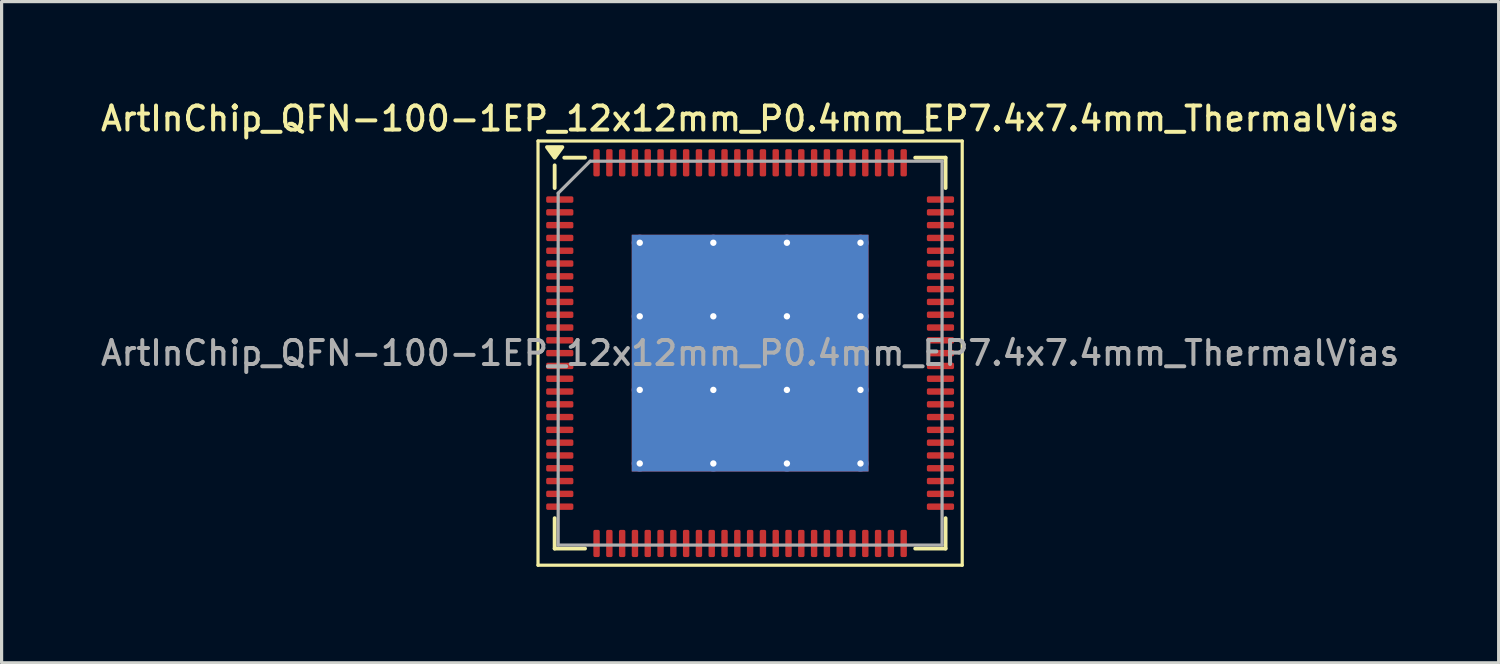
<source format=kicad_pcb>
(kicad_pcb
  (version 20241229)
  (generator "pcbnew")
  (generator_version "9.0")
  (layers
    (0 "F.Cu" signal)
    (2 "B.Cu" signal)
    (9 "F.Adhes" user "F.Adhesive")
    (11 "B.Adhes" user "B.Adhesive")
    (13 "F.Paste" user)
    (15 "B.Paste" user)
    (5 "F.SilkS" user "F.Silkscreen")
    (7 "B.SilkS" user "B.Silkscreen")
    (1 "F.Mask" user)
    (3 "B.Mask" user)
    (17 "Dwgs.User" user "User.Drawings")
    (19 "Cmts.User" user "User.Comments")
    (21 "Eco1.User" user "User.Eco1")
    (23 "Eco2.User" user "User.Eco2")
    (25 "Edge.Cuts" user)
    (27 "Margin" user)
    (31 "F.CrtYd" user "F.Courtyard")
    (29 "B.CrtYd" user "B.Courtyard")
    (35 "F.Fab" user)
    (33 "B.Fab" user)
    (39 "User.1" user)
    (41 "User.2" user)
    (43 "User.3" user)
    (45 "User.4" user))
  (footprint "ArtInChip_QFN-100-1EP_12x12mm_P0.4mm_EP7.4x7.4mm_ThermalVias"
    (layer "F.Cu")
    (at 20.398 7.988)
    (property "Reference" "ArtInChip_QFN-100-1EP_12x12mm_P0.4mm_EP7.4x7.4mm_ThermalVias" (at 0 -7.33 0) (layer "F.SilkS") (effects (font (size 0.75 0.75) (thickness 0.125))))
    (attr smd)
    (fp_line (start -6.63 -6.63) (end -6.63 6.63) (stroke (width 0.1) (type solid)) (layer "F.SilkS"))
    (fp_line (start -6.63 6.63) (end 6.63 6.63) (stroke (width 0.1) (type solid)) (layer "F.SilkS"))
    (fp_line (start -6.11 -5.16) (end -6.11 -5.87) (stroke (width 0.12) (type solid)) (layer "F.SilkS"))
    (fp_line (start -6.11 6.11) (end -6.11 5.16) (stroke (width 0.12) (type solid)) (layer "F.SilkS"))
    (fp_line (start -5.16 -6.11) (end -5.81 -6.11) (stroke (width 0.12) (type solid)) (layer "F.SilkS"))
    (fp_line (start -5.16 6.11) (end -6.11 6.11) (stroke (width 0.12) (type solid)) (layer "F.SilkS"))
    (fp_line (start 5.16 -6.11) (end 6.11 -6.11) (stroke (width 0.12) (type solid)) (layer "F.SilkS"))
    (fp_line (start 5.16 6.11) (end 6.11 6.11) (stroke (width 0.12) (type solid)) (layer "F.SilkS"))
    (fp_line (start 6.11 -6.11) (end 6.11 -5.16) (stroke (width 0.12) (type solid)) (layer "F.SilkS"))
    (fp_line (start 6.11 6.11) (end 6.11 5.16) (stroke (width 0.12) (type solid)) (layer "F.SilkS"))
    (fp_line (start 6.63 -6.63) (end -6.63 -6.63) (stroke (width 0.1) (type solid)) (layer "F.SilkS"))
    (fp_line (start 6.63 6.63) (end 6.63 -6.63) (stroke (width 0.1) (type solid)) (layer "F.SilkS"))
    (fp_poly (pts (xy -6.11 -6.11) (xy -6.35 -6.44) (xy -5.87 -6.44) (xy -6.11 -6.11)) (stroke (width 0.12) (type solid)) (fill yes) (layer "F.SilkS"))
    (fp_line (start -6 -5) (end -5 -6) (stroke (width 0.1) (type solid)) (layer "F.Fab"))
    (fp_line (start -6 6) (end -6 -5) (stroke (width 0.1) (type solid)) (layer "F.Fab"))
    (fp_line (start -5 -6) (end 6 -6) (stroke (width 0.1) (type solid)) (layer "F.Fab"))
    (fp_line (start 6 -6) (end 6 6) (stroke (width 0.1) (type solid)) (layer "F.Fab"))
    (fp_line (start 6 6) (end -6 6) (stroke (width 0.1) (type solid)) (layer "F.Fab"))
    (fp_text user "${REFERENCE}" (at 0 0 0) (layer "F.Fab") (effects (font (size 0.75 0.75) (thickness 0.125))))
    (pad "" smd roundrect (at -2.3 -2.3) (size 1.911 1.911) (layers "F.Paste") (roundrect_rratio 0.131))
    (pad "" smd roundrect (at -2.3 0) (size 1.911 1.911) (layers "F.Paste") (roundrect_rratio 0.131))
    (pad "" smd roundrect (at -2.3 2.3) (size 1.911 1.911) (layers "F.Paste") (roundrect_rratio 0.131))
    (pad "" smd roundrect (at 0 -2.3) (size 1.911 1.911) (layers "F.Paste") (roundrect_rratio 0.131))
    (pad "" smd roundrect (at 0 0) (size 1.911 1.911) (layers "F.Paste") (roundrect_rratio 0.131))
    (pad "" smd roundrect (at 0 2.3) (size 1.911 1.911) (layers "F.Paste") (roundrect_rratio 0.131))
    (pad "" smd roundrect (at 2.3 -2.3) (size 1.911 1.911) (layers "F.Paste") (roundrect_rratio 0.131))
    (pad "" smd roundrect (at 2.3 0) (size 1.911 1.911) (layers "F.Paste") (roundrect_rratio 0.131))
    (pad "" smd roundrect (at 2.3 2.3) (size 1.911 1.911) (layers "F.Paste") (roundrect_rratio 0.131))
    (pad "1" smd roundrect (at -5.95 -4.8) (size 0.85 0.2) (layers "F.Cu" "F.Mask" "F.Paste") (roundrect_rratio 0.25))
    (pad "2" smd roundrect (at -5.95 -4.4) (size 0.85 0.2) (layers "F.Cu" "F.Mask" "F.Paste") (roundrect_rratio 0.25))
    (pad "3" smd roundrect (at -5.95 -4) (size 0.85 0.2) (layers "F.Cu" "F.Mask" "F.Paste") (roundrect_rratio 0.25))
    (pad "4" smd roundrect (at -5.95 -3.6) (size 0.85 0.2) (layers "F.Cu" "F.Mask" "F.Paste") (roundrect_rratio 0.25))
    (pad "5" smd roundrect (at -5.95 -3.2) (size 0.85 0.2) (layers "F.Cu" "F.Mask" "F.Paste") (roundrect_rratio 0.25))
    (pad "6" smd roundrect (at -5.95 -2.8) (size 0.85 0.2) (layers "F.Cu" "F.Mask" "F.Paste") (roundrect_rratio 0.25))
    (pad "7" smd roundrect (at -5.95 -2.4) (size 0.85 0.2) (layers "F.Cu" "F.Mask" "F.Paste") (roundrect_rratio 0.25))
    (pad "8" smd roundrect (at -5.95 -2) (size 0.85 0.2) (layers "F.Cu" "F.Mask" "F.Paste") (roundrect_rratio 0.25))
    (pad "9" smd roundrect (at -5.95 -1.6) (size 0.85 0.2) (layers "F.Cu" "F.Mask" "F.Paste") (roundrect_rratio 0.25))
    (pad "10" smd roundrect (at -5.95 -1.2) (size 0.85 0.2) (layers "F.Cu" "F.Mask" "F.Paste") (roundrect_rratio 0.25))
    (pad "11" smd roundrect (at -5.95 -0.8) (size 0.85 0.2) (layers "F.Cu" "F.Mask" "F.Paste") (roundrect_rratio 0.25))
    (pad "12" smd roundrect (at -5.95 -0.4) (size 0.85 0.2) (layers "F.Cu" "F.Mask" "F.Paste") (roundrect_rratio 0.25))
    (pad "13" smd roundrect (at -5.95 0) (size 0.85 0.2) (layers "F.Cu" "F.Mask" "F.Paste") (roundrect_rratio 0.25))
    (pad "14" smd roundrect (at -5.95 0.4) (size 0.85 0.2) (layers "F.Cu" "F.Mask" "F.Paste") (roundrect_rratio 0.25))
    (pad "15" smd roundrect (at -5.95 0.8) (size 0.85 0.2) (layers "F.Cu" "F.Mask" "F.Paste") (roundrect_rratio 0.25))
    (pad "16" smd roundrect (at -5.95 1.2) (size 0.85 0.2) (layers "F.Cu" "F.Mask" "F.Paste") (roundrect_rratio 0.25))
    (pad "17" smd roundrect (at -5.95 1.6) (size 0.85 0.2) (layers "F.Cu" "F.Mask" "F.Paste") (roundrect_rratio 0.25))
    (pad "18" smd roundrect (at -5.95 2) (size 0.85 0.2) (layers "F.Cu" "F.Mask" "F.Paste") (roundrect_rratio 0.25))
    (pad "19" smd roundrect (at -5.95 2.4) (size 0.85 0.2) (layers "F.Cu" "F.Mask" "F.Paste") (roundrect_rratio 0.25))
    (pad "20" smd roundrect (at -5.95 2.8) (size 0.85 0.2) (layers "F.Cu" "F.Mask" "F.Paste") (roundrect_rratio 0.25))
    (pad "21" smd roundrect (at -5.95 3.2) (size 0.85 0.2) (layers "F.Cu" "F.Mask" "F.Paste") (roundrect_rratio 0.25))
    (pad "22" smd roundrect (at -5.95 3.6) (size 0.85 0.2) (layers "F.Cu" "F.Mask" "F.Paste") (roundrect_rratio 0.25))
    (pad "23" smd roundrect (at -5.95 4) (size 0.85 0.2) (layers "F.Cu" "F.Mask" "F.Paste") (roundrect_rratio 0.25))
    (pad "24" smd roundrect (at -5.95 4.4) (size 0.85 0.2) (layers "F.Cu" "F.Mask" "F.Paste") (roundrect_rratio 0.25))
    (pad "25" smd roundrect (at -5.95 4.8) (size 0.85 0.2) (layers "F.Cu" "F.Mask" "F.Paste") (roundrect_rratio 0.25))
    (pad "26" smd roundrect (at -4.8 5.95) (size 0.2 0.85) (layers "F.Cu" "F.Mask" "F.Paste") (roundrect_rratio 0.25))
    (pad "27" smd roundrect (at -4.4 5.95) (size 0.2 0.85) (layers "F.Cu" "F.Mask" "F.Paste") (roundrect_rratio 0.25))
    (pad "28" smd roundrect (at -4 5.95) (size 0.2 0.85) (layers "F.Cu" "F.Mask" "F.Paste") (roundrect_rratio 0.25))
    (pad "29" smd roundrect (at -3.6 5.95) (size 0.2 0.85) (layers "F.Cu" "F.Mask" "F.Paste") (roundrect_rratio 0.25))
    (pad "30" smd roundrect (at -3.2 5.95) (size 0.2 0.85) (layers "F.Cu" "F.Mask" "F.Paste") (roundrect_rratio 0.25))
    (pad "31" smd roundrect (at -2.8 5.95) (size 0.2 0.85) (layers "F.Cu" "F.Mask" "F.Paste") (roundrect_rratio 0.25))
    (pad "32" smd roundrect (at -2.4 5.95) (size 0.2 0.85) (layers "F.Cu" "F.Mask" "F.Paste") (roundrect_rratio 0.25))
    (pad "33" smd roundrect (at -2 5.95) (size 0.2 0.85) (layers "F.Cu" "F.Mask" "F.Paste") (roundrect_rratio 0.25))
    (pad "34" smd roundrect (at -1.6 5.95) (size 0.2 0.85) (layers "F.Cu" "F.Mask" "F.Paste") (roundrect_rratio 0.25))
    (pad "35" smd roundrect (at -1.2 5.95) (size 0.2 0.85) (layers "F.Cu" "F.Mask" "F.Paste") (roundrect_rratio 0.25))
    (pad "36" smd roundrect (at -0.8 5.95) (size 0.2 0.85) (layers "F.Cu" "F.Mask" "F.Paste") (roundrect_rratio 0.25))
    (pad "37" smd roundrect (at -0.4 5.95) (size 0.2 0.85) (layers "F.Cu" "F.Mask" "F.Paste") (roundrect_rratio 0.25))
    (pad "38" smd roundrect (at 0 5.95) (size 0.2 0.85) (layers "F.Cu" "F.Mask" "F.Paste") (roundrect_rratio 0.25))
    (pad "39" smd roundrect (at 0.4 5.95) (size 0.2 0.85) (layers "F.Cu" "F.Mask" "F.Paste") (roundrect_rratio 0.25))
    (pad "40" smd roundrect (at 0.8 5.95) (size 0.2 0.85) (layers "F.Cu" "F.Mask" "F.Paste") (roundrect_rratio 0.25))
    (pad "41" smd roundrect (at 1.2 5.95) (size 0.2 0.85) (layers "F.Cu" "F.Mask" "F.Paste") (roundrect_rratio 0.25))
    (pad "42" smd roundrect (at 1.6 5.95) (size 0.2 0.85) (layers "F.Cu" "F.Mask" "F.Paste") (roundrect_rratio 0.25))
    (pad "43" smd roundrect (at 2 5.95) (size 0.2 0.85) (layers "F.Cu" "F.Mask" "F.Paste") (roundrect_rratio 0.25))
    (pad "44" smd roundrect (at 2.4 5.95) (size 0.2 0.85) (layers "F.Cu" "F.Mask" "F.Paste") (roundrect_rratio 0.25))
    (pad "45" smd roundrect (at 2.8 5.95) (size 0.2 0.85) (layers "F.Cu" "F.Mask" "F.Paste") (roundrect_rratio 0.25))
    (pad "46" smd roundrect (at 3.2 5.95) (size 0.2 0.85) (layers "F.Cu" "F.Mask" "F.Paste") (roundrect_rratio 0.25))
    (pad "47" smd roundrect (at 3.6 5.95) (size 0.2 0.85) (layers "F.Cu" "F.Mask" "F.Paste") (roundrect_rratio 0.25))
    (pad "48" smd roundrect (at 4 5.95) (size 0.2 0.85) (layers "F.Cu" "F.Mask" "F.Paste") (roundrect_rratio 0.25))
    (pad "49" smd roundrect (at 4.4 5.95) (size 0.2 0.85) (layers "F.Cu" "F.Mask" "F.Paste") (roundrect_rratio 0.25))
    (pad "50" smd roundrect (at 4.8 5.95) (size 0.2 0.85) (layers "F.Cu" "F.Mask" "F.Paste") (roundrect_rratio 0.25))
    (pad "51" smd roundrect (at 5.95 4.8) (size 0.85 0.2) (layers "F.Cu" "F.Mask" "F.Paste") (roundrect_rratio 0.25))
    (pad "52" smd roundrect (at 5.95 4.4) (size 0.85 0.2) (layers "F.Cu" "F.Mask" "F.Paste") (roundrect_rratio 0.25))
    (pad "53" smd roundrect (at 5.95 4) (size 0.85 0.2) (layers "F.Cu" "F.Mask" "F.Paste") (roundrect_rratio 0.25))
    (pad "54" smd roundrect (at 5.95 3.6) (size 0.85 0.2) (layers "F.Cu" "F.Mask" "F.Paste") (roundrect_rratio 0.25))
    (pad "55" smd roundrect (at 5.95 3.2) (size 0.85 0.2) (layers "F.Cu" "F.Mask" "F.Paste") (roundrect_rratio 0.25))
    (pad "56" smd roundrect (at 5.95 2.8) (size 0.85 0.2) (layers "F.Cu" "F.Mask" "F.Paste") (roundrect_rratio 0.25))
    (pad "57" smd roundrect (at 5.95 2.4) (size 0.85 0.2) (layers "F.Cu" "F.Mask" "F.Paste") (roundrect_rratio 0.25))
    (pad "58" smd roundrect (at 5.95 2) (size 0.85 0.2) (layers "F.Cu" "F.Mask" "F.Paste") (roundrect_rratio 0.25))
    (pad "59" smd roundrect (at 5.95 1.6) (size 0.85 0.2) (layers "F.Cu" "F.Mask" "F.Paste") (roundrect_rratio 0.25))
    (pad "60" smd roundrect (at 5.95 1.2) (size 0.85 0.2) (layers "F.Cu" "F.Mask" "F.Paste") (roundrect_rratio 0.25))
    (pad "61" smd roundrect (at 5.95 0.8) (size 0.85 0.2) (layers "F.Cu" "F.Mask" "F.Paste") (roundrect_rratio 0.25))
    (pad "62" smd roundrect (at 5.95 0.4) (size 0.85 0.2) (layers "F.Cu" "F.Mask" "F.Paste") (roundrect_rratio 0.25))
    (pad "63" smd roundrect (at 5.95 0) (size 0.85 0.2) (layers "F.Cu" "F.Mask" "F.Paste") (roundrect_rratio 0.25))
    (pad "64" smd roundrect (at 5.95 -0.4) (size 0.85 0.2) (layers "F.Cu" "F.Mask" "F.Paste") (roundrect_rratio 0.25))
    (pad "65" smd roundrect (at 5.95 -0.8) (size 0.85 0.2) (layers "F.Cu" "F.Mask" "F.Paste") (roundrect_rratio 0.25))
    (pad "66" smd roundrect (at 5.95 -1.2) (size 0.85 0.2) (layers "F.Cu" "F.Mask" "F.Paste") (roundrect_rratio 0.25))
    (pad "67" smd roundrect (at 5.95 -1.6) (size 0.85 0.2) (layers "F.Cu" "F.Mask" "F.Paste") (roundrect_rratio 0.25))
    (pad "68" smd roundrect (at 5.95 -2) (size 0.85 0.2) (layers "F.Cu" "F.Mask" "F.Paste") (roundrect_rratio 0.25))
    (pad "69" smd roundrect (at 5.95 -2.4) (size 0.85 0.2) (layers "F.Cu" "F.Mask" "F.Paste") (roundrect_rratio 0.25))
    (pad "70" smd roundrect (at 5.95 -2.8) (size 0.85 0.2) (layers "F.Cu" "F.Mask" "F.Paste") (roundrect_rratio 0.25))
    (pad "71" smd roundrect (at 5.95 -3.2) (size 0.85 0.2) (layers "F.Cu" "F.Mask" "F.Paste") (roundrect_rratio 0.25))
    (pad "72" smd roundrect (at 5.95 -3.6) (size 0.85 0.2) (layers "F.Cu" "F.Mask" "F.Paste") (roundrect_rratio 0.25))
    (pad "73" smd roundrect (at 5.95 -4) (size 0.85 0.2) (layers "F.Cu" "F.Mask" "F.Paste") (roundrect_rratio 0.25))
    (pad "74" smd roundrect (at 5.95 -4.4) (size 0.85 0.2) (layers "F.Cu" "F.Mask" "F.Paste") (roundrect_rratio 0.25))
    (pad "75" smd roundrect (at 5.95 -4.8) (size 0.85 0.2) (layers "F.Cu" "F.Mask" "F.Paste") (roundrect_rratio 0.25))
    (pad "76" smd roundrect (at 4.8 -5.95) (size 0.2 0.85) (layers "F.Cu" "F.Mask" "F.Paste") (roundrect_rratio 0.25))
    (pad "77" smd roundrect (at 4.4 -5.95) (size 0.2 0.85) (layers "F.Cu" "F.Mask" "F.Paste") (roundrect_rratio 0.25))
    (pad "78" smd roundrect (at 4 -5.95) (size 0.2 0.85) (layers "F.Cu" "F.Mask" "F.Paste") (roundrect_rratio 0.25))
    (pad "79" smd roundrect (at 3.6 -5.95) (size 0.2 0.85) (layers "F.Cu" "F.Mask" "F.Paste") (roundrect_rratio 0.25))
    (pad "80" smd roundrect (at 3.2 -5.95) (size 0.2 0.85) (layers "F.Cu" "F.Mask" "F.Paste") (roundrect_rratio 0.25))
    (pad "81" smd roundrect (at 2.8 -5.95) (size 0.2 0.85) (layers "F.Cu" "F.Mask" "F.Paste") (roundrect_rratio 0.25))
    (pad "82" smd roundrect (at 2.4 -5.95) (size 0.2 0.85) (layers "F.Cu" "F.Mask" "F.Paste") (roundrect_rratio 0.25))
    (pad "83" smd roundrect (at 2 -5.95) (size 0.2 0.85) (layers "F.Cu" "F.Mask" "F.Paste") (roundrect_rratio 0.25))
    (pad "84" smd roundrect (at 1.6 -5.95) (size 0.2 0.85) (layers "F.Cu" "F.Mask" "F.Paste") (roundrect_rratio 0.25))
    (pad "85" smd roundrect (at 1.2 -5.95) (size 0.2 0.85) (layers "F.Cu" "F.Mask" "F.Paste") (roundrect_rratio 0.25))
    (pad "86" smd roundrect (at 0.8 -5.95) (size 0.2 0.85) (layers "F.Cu" "F.Mask" "F.Paste") (roundrect_rratio 0.25))
    (pad "87" smd roundrect (at 0.4 -5.95) (size 0.2 0.85) (layers "F.Cu" "F.Mask" "F.Paste") (roundrect_rratio 0.25))
    (pad "88" smd roundrect (at 0 -5.95) (size 0.2 0.85) (layers "F.Cu" "F.Mask" "F.Paste") (roundrect_rratio 0.25))
    (pad "89" smd roundrect (at -0.4 -5.95) (size 0.2 0.85) (layers "F.Cu" "F.Mask" "F.Paste") (roundrect_rratio 0.25))
    (pad "90" smd roundrect (at -0.8 -5.95) (size 0.2 0.85) (layers "F.Cu" "F.Mask" "F.Paste") (roundrect_rratio 0.25))
    (pad "91" smd roundrect (at -1.2 -5.95) (size 0.2 0.85) (layers "F.Cu" "F.Mask" "F.Paste") (roundrect_rratio 0.25))
    (pad "92" smd roundrect (at -1.6 -5.95) (size 0.2 0.85) (layers "F.Cu" "F.Mask" "F.Paste") (roundrect_rratio 0.25))
    (pad "93" smd roundrect (at -2 -5.95) (size 0.2 0.85) (layers "F.Cu" "F.Mask" "F.Paste") (roundrect_rratio 0.25))
    (pad "94" smd roundrect (at -2.4 -5.95) (size 0.2 0.85) (layers "F.Cu" "F.Mask" "F.Paste") (roundrect_rratio 0.25))
    (pad "95" smd roundrect (at -2.8 -5.95) (size 0.2 0.85) (layers "F.Cu" "F.Mask" "F.Paste") (roundrect_rratio 0.25))
    (pad "96" smd roundrect (at -3.2 -5.95) (size 0.2 0.85) (layers "F.Cu" "F.Mask" "F.Paste") (roundrect_rratio 0.25))
    (pad "97" smd roundrect (at -3.6 -5.95) (size 0.2 0.85) (layers "F.Cu" "F.Mask" "F.Paste") (roundrect_rratio 0.25))
    (pad "98" smd roundrect (at -4 -5.95) (size 0.2 0.85) (layers "F.Cu" "F.Mask" "F.Paste") (roundrect_rratio 0.25))
    (pad "99" smd roundrect (at -4.4 -5.95) (size 0.2 0.85) (layers "F.Cu" "F.Mask" "F.Paste") (roundrect_rratio 0.25))
    (pad "100" smd roundrect (at -4.8 -5.95) (size 0.2 0.85) (layers "F.Cu" "F.Mask" "F.Paste") (roundrect_rratio 0.25))
    (pad "101" thru_hole circle (at -3.45 -3.45) (size 0.5 0.5) (drill 0.2) (property pad_prop_heatsink) (layers "*.Cu"))
    (pad "101" thru_hole circle (at -3.45 -1.15) (size 0.5 0.5) (drill 0.2) (property pad_prop_heatsink) (layers "*.Cu"))
    (pad "101" thru_hole circle (at -3.45 1.15) (size 0.5 0.5) (drill 0.2) (property pad_prop_heatsink) (layers "*.Cu"))
    (pad "101" thru_hole circle (at -3.45 3.45) (size 0.5 0.5) (drill 0.2) (property pad_prop_heatsink) (layers "*.Cu"))
    (pad "101" thru_hole circle (at -1.15 -3.45) (size 0.5 0.5) (drill 0.2) (property pad_prop_heatsink) (layers "*.Cu"))
    (pad "101" thru_hole circle (at -1.15 -1.15) (size 0.5 0.5) (drill 0.2) (property pad_prop_heatsink) (layers "*.Cu"))
    (pad "101" thru_hole circle (at -1.15 1.15) (size 0.5 0.5) (drill 0.2) (property pad_prop_heatsink) (layers "*.Cu"))
    (pad "101" thru_hole circle (at -1.15 3.45) (size 0.5 0.5) (drill 0.2) (property pad_prop_heatsink) (layers "*.Cu"))
    (pad "101" smd rect (at 0 0) (size 7.4 7.4) (property pad_prop_heatsink) (layers "F.Cu" "F.Mask"))
    (pad "101" smd rect (at 0 0) (size 7.4 7.4) (property pad_prop_heatsink) (layers "B.Cu"))
    (pad "101" thru_hole circle (at 1.15 -3.45) (size 0.5 0.5) (drill 0.2) (property pad_prop_heatsink) (layers "*.Cu"))
    (pad "101" thru_hole circle (at 1.15 -1.15) (size 0.5 0.5) (drill 0.2) (property pad_prop_heatsink) (layers "*.Cu"))
    (pad "101" thru_hole circle (at 1.15 1.15) (size 0.5 0.5) (drill 0.2) (property pad_prop_heatsink) (layers "*.Cu"))
    (pad "101" thru_hole circle (at 1.15 3.45) (size 0.5 0.5) (drill 0.2) (property pad_prop_heatsink) (layers "*.Cu"))
    (pad "101" thru_hole circle (at 3.45 -3.45) (size 0.5 0.5) (drill 0.2) (property pad_prop_heatsink) (layers "*.Cu"))
    (pad "101" thru_hole circle (at 3.45 -1.15) (size 0.5 0.5) (drill 0.2) (property pad_prop_heatsink) (layers "*.Cu"))
    (pad "101" thru_hole circle (at 3.45 1.15) (size 0.5 0.5) (drill 0.2) (property pad_prop_heatsink) (layers "*.Cu"))
    (pad "101" thru_hole circle (at 3.45 3.45) (size 0.5 0.5) (drill 0.2) (property pad_prop_heatsink) (layers "*.Cu")))
  (gr_rect
    (start -3 -3)
    (end 43.796 17.668)
    (stroke (width 0.1) (type default))
    (fill no)
    (layer "Edge.Cuts")))
</source>
